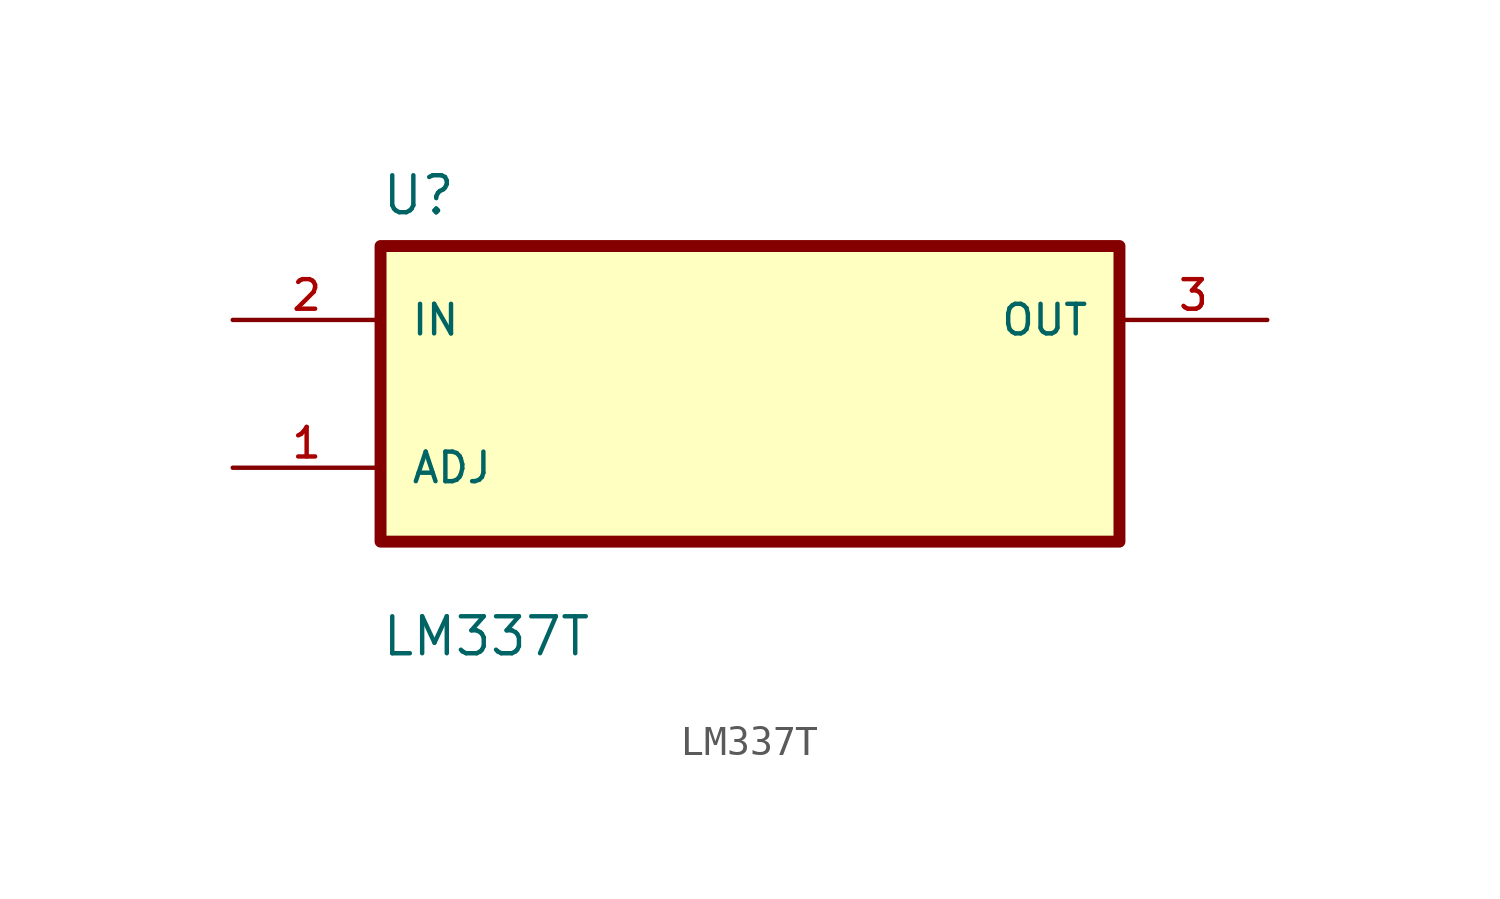
<source format=kicad_sym>
(kicad_symbol_lib
  (version 20211014)
  (generator kicad_symbol_editor)
  (symbol "LM337T"
    (pin_names
      (offset 1.016))
    (property "Reference" "U"
      (at -12.7 6.08 0.0)
      (effects (font (size 1.27 1.27)) (justify bottom left)))
    (property "Value" "LM337T"
      (at -12.7 -9.08 0.0)
      (effects (font (size 1.27 1.27)) (justify bottom left)))
    (symbol "LM337T_0_0"
      (rectangle (start -12.7 -5.08) (end 12.7 5.08) (stroke (width 0.41)) (fill (type background)))
      (pin input line (at -17.78 2.54 0) (length 5.08) (name "IN" (effects (font (size 1.016 1.016)))) (number "2" (effects (font (size 1.016 1.016)))))
      (pin bidirectional line (at -17.78 -2.54 0) (length 5.08) (name "ADJ" (effects (font (size 1.016 1.016)))) (number "1" (effects (font (size 1.016 1.016)))))
      (pin output line (at 17.78 2.54 180.0) (length 5.08) (name "OUT" (effects (font (size 1.016 1.016)))) (number "3" (effects (font (size 1.016 1.016))))))))
</source>
